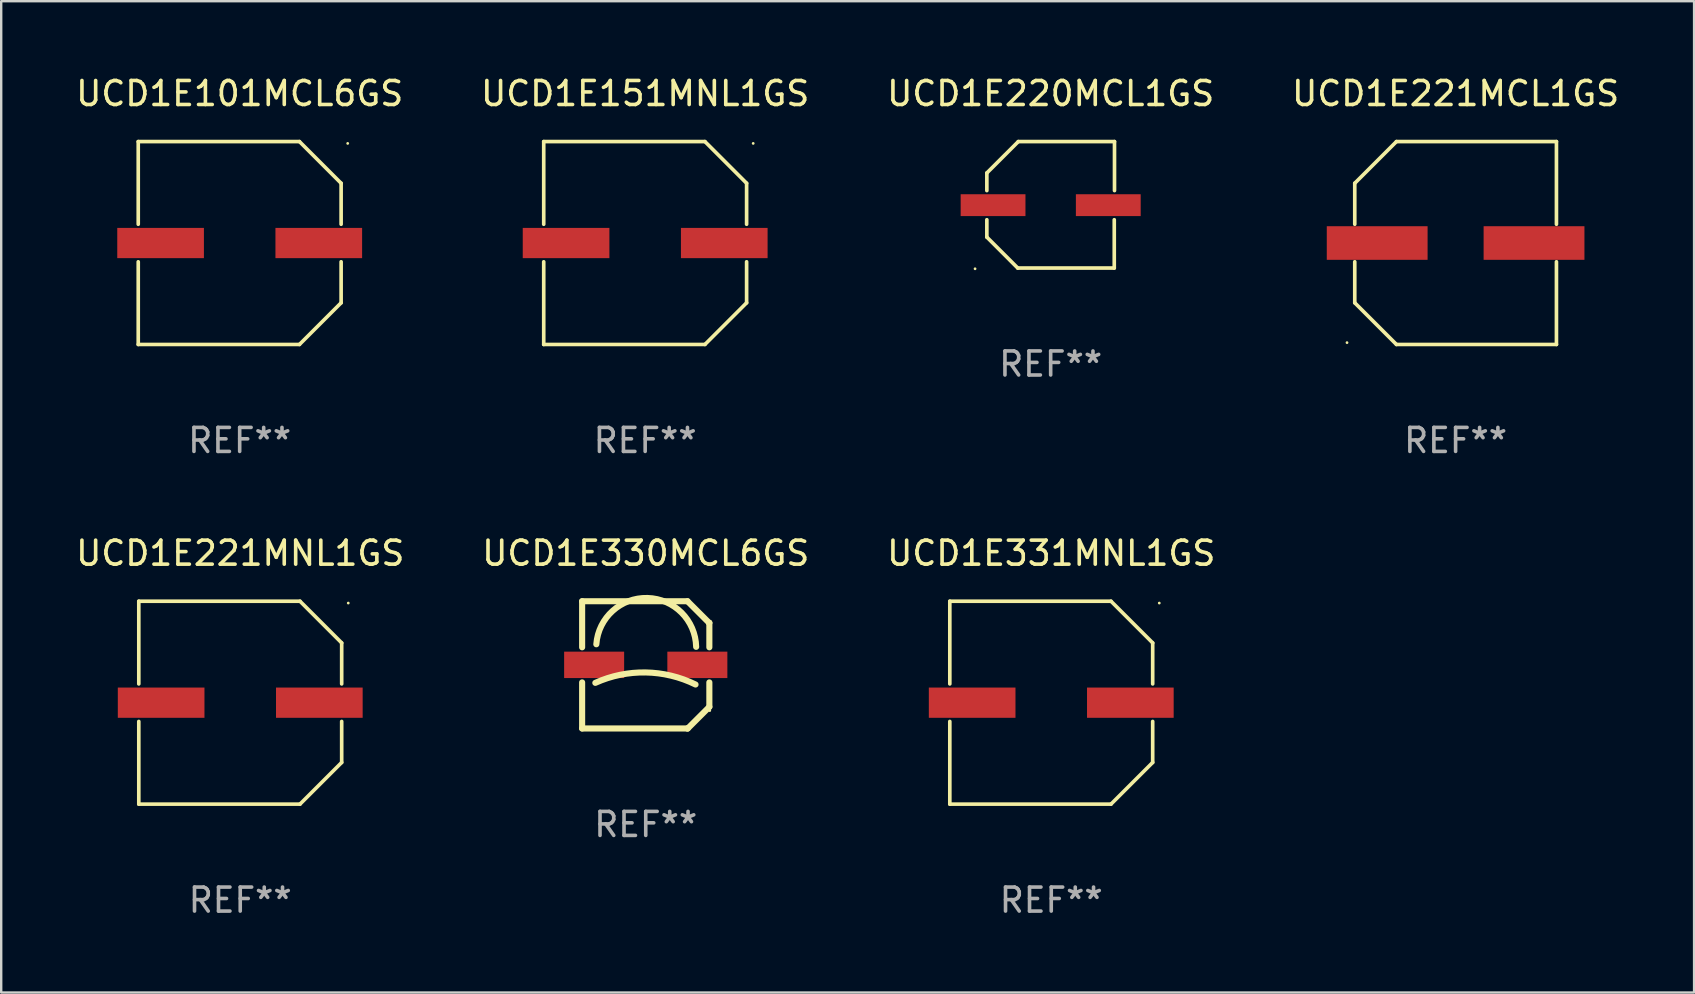
<source format=kicad_pcb>
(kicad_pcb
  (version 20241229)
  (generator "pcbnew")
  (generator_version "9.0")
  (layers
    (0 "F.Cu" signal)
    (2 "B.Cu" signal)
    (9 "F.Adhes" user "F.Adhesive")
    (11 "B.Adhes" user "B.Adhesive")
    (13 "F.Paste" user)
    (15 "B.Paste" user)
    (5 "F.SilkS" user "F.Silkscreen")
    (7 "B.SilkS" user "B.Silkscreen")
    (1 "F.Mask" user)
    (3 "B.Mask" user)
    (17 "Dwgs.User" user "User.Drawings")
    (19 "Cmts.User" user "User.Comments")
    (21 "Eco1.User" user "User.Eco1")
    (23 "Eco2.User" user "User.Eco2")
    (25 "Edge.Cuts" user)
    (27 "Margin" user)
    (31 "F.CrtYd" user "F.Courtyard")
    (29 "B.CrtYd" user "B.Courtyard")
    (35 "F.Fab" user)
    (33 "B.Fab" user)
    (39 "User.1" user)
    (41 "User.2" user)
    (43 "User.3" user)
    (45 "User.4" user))
  (footprint "UCD1E101MCL6GS"
    (layer "F.Cu")
    (at 6.935 7.074)
    (property "Reference" "UCD1E101MCL6GS" (at 0 -6.226 0) (layer "F.SilkS") (effects (font (size 1 1) (thickness 0.15))))
    (attr through_hole)
    (fp_line (start -4.226 -4.226) (end 2.49 -4.226) (stroke (width 0.152) (type solid)) (layer "F.SilkS"))
    (fp_line (start -4.226 -0.782) (end -4.226 -4.226) (stroke (width 0.152) (type solid)) (layer "F.SilkS"))
    (fp_line (start -4.226 0.782) (end -4.226 4.226) (stroke (width 0.152) (type solid)) (layer "F.SilkS"))
    (fp_line (start -4.226 4.226) (end 2.49 4.226) (stroke (width 0.152) (type solid)) (layer "F.SilkS"))
    (fp_line (start 2.49 -4.226) (end 4.226 -2.49) (stroke (width 0.152) (type solid)) (layer "F.SilkS"))
    (fp_line (start 2.49 4.226) (end 4.226 2.49) (stroke (width 0.152) (type solid)) (layer "F.SilkS"))
    (fp_line (start 4.226 -2.49) (end 4.226 -0.782) (stroke (width 0.152) (type solid)) (layer "F.SilkS"))
    (fp_line (start 4.226 2.49) (end 4.226 0.782) (stroke (width 0.152) (type solid)) (layer "F.SilkS"))
    (fp_circle (center 4.5 -4.15) (end 4.53 -4.15) (stroke (width 0.06) (type solid)) (fill no) (layer "F.SilkS"))
    (fp_text user "REF**" (at 0 8.226 0) (layer "F.Fab") (effects (font (size 1 1) (thickness 0.15))))
    (pad "1" smd rect (at 3.295 0 180) (size 3.61 1.26) (layers "F.Cu" "F.Mask" "F.Paste"))
    (pad "2" smd rect (at -3.295 0 180) (size 3.61 1.26) (layers "F.Cu" "F.Mask" "F.Paste")))
  (footprint "UCD1E220MCL1GS"
    (layer "F.Cu")
    (at 40.72 5.482)
    (property "Reference" "UCD1E220MCL1GS" (at 0 -4.634 0) (layer "F.SilkS") (effects (font (size 1 1) (thickness 0.15))))
    (attr through_hole)
    (fp_line (start -2.659 -1.326) (end -2.659 -0.592) (stroke (width 0.152) (type solid)) (layer "F.SilkS"))
    (fp_line (start -2.659 1.346) (end -2.659 0.622) (stroke (width 0.152) (type solid)) (layer "F.SilkS"))
    (fp_line (start -1.372 2.634) (end -2.659 1.346) (stroke (width 0.152) (type solid)) (layer "F.SilkS"))
    (fp_line (start -1.349 -2.634) (end -2.659 -1.326) (stroke (width 0.152) (type solid)) (layer "F.SilkS"))
    (fp_line (start 2.649 0.622) (end 2.649 2.634) (stroke (width 0.152) (type solid)) (layer "F.SilkS"))
    (fp_line (start 2.649 2.634) (end -1.372 2.634) (stroke (width 0.152) (type solid)) (layer "F.SilkS"))
    (fp_line (start 2.659 -2.634) (end -1.349 -2.634) (stroke (width 0.152) (type solid)) (layer "F.SilkS"))
    (fp_line (start 2.659 -0.592) (end 2.659 -2.634) (stroke (width 0.152) (type solid)) (layer "F.SilkS"))
    (fp_circle (center -3.15 2.665) (end -3.12 2.665) (stroke (width 0.06) (type solid)) (fill no) (layer "F.SilkS"))
    (fp_text user "REF**" (at 0 6.634 0) (layer "F.Fab") (effects (font (size 1 1) (thickness 0.15))))
    (pad "1" smd rect (at -2.4 0.015) (size 2.7 0.91) (layers "F.Cu" "F.Mask" "F.Paste"))
    (pad "2" smd rect (at 2.4 0.015) (size 2.7 0.91) (layers "F.Cu" "F.Mask" "F.Paste")))
  (footprint "UCD1E151MNL1GS"
    (layer "F.Cu")
    (at 23.827 7.074)
    (property "Reference" "UCD1E151MNL1GS" (at 0 -6.226 0) (layer "F.SilkS") (effects (font (size 1 1) (thickness 0.15))))
    (attr through_hole)
    (fp_line (start -4.226 -4.226) (end 2.49 -4.226) (stroke (width 0.152) (type solid)) (layer "F.SilkS"))
    (fp_line (start -4.226 -0.782) (end -4.226 -4.226) (stroke (width 0.152) (type solid)) (layer "F.SilkS"))
    (fp_line (start -4.226 0.782) (end -4.226 4.226) (stroke (width 0.152) (type solid)) (layer "F.SilkS"))
    (fp_line (start -4.226 4.226) (end 2.49 4.226) (stroke (width 0.152) (type solid)) (layer "F.SilkS"))
    (fp_line (start 2.49 -4.226) (end 4.226 -2.49) (stroke (width 0.152) (type solid)) (layer "F.SilkS"))
    (fp_line (start 2.49 4.226) (end 4.226 2.49) (stroke (width 0.152) (type solid)) (layer "F.SilkS"))
    (fp_line (start 4.226 -2.49) (end 4.226 -0.782) (stroke (width 0.152) (type solid)) (layer "F.SilkS"))
    (fp_line (start 4.226 2.49) (end 4.226 0.782) (stroke (width 0.152) (type solid)) (layer "F.SilkS"))
    (fp_circle (center 4.5 -4.15) (end 4.53 -4.15) (stroke (width 0.06) (type solid)) (fill no) (layer "F.SilkS"))
    (fp_text user "REF**" (at 0 8.226 0) (layer "F.Fab") (effects (font (size 1 1) (thickness 0.15))))
    (pad "1" smd rect (at 3.295 0 180) (size 3.61 1.26) (layers "F.Cu" "F.Mask" "F.Paste"))
    (pad "2" smd rect (at -3.295 0 180) (size 3.61 1.26) (layers "F.Cu" "F.Mask" "F.Paste")))
  (footprint "UCD1E221MCL1GS"
    (layer "F.Cu")
    (at 57.589 7.074)
    (property "Reference" "UCD1E221MCL1GS" (at 0 -6.226 0) (layer "F.SilkS") (effects (font (size 1 1) (thickness 0.15))))
    (attr through_hole)
    (fp_line (start -4.201 -2.49) (end -4.201 -0.782) (stroke (width 0.152) (type solid)) (layer "F.SilkS"))
    (fp_line (start -4.201 2.49) (end -4.201 0.782) (stroke (width 0.152) (type solid)) (layer "F.SilkS"))
    (fp_line (start -2.465 -4.226) (end -4.201 -2.49) (stroke (width 0.152) (type solid)) (layer "F.SilkS"))
    (fp_line (start -2.465 4.226) (end -4.201 2.49) (stroke (width 0.152) (type solid)) (layer "F.SilkS"))
    (fp_line (start 4.201 -4.226) (end -2.465 -4.226) (stroke (width 0.152) (type solid)) (layer "F.SilkS"))
    (fp_line (start 4.201 -0.782) (end 4.201 -4.226) (stroke (width 0.152) (type solid)) (layer "F.SilkS"))
    (fp_line (start 4.201 0.782) (end 4.201 4.226) (stroke (width 0.152) (type solid)) (layer "F.SilkS"))
    (fp_line (start 4.201 4.226) (end -2.465 4.226) (stroke (width 0.152) (type solid)) (layer "F.SilkS"))
    (fp_circle (center -4.524 4.15) (end -4.494 4.15) (stroke (width 0.06) (type solid)) (fill no) (layer "F.SilkS"))
    (fp_text user "REF**" (at 0 8.226 0) (layer "F.Fab") (effects (font (size 1 1) (thickness 0.15))))
    (pad "1" smd rect (at -3.267 0) (size 4.2 1.4) (layers "F.Cu" "F.Mask" "F.Paste"))
    (pad "2" smd rect (at 3.267 0) (size 4.2 1.4) (layers "F.Cu" "F.Mask" "F.Paste")))
  (footprint "UCD1E221MNL1GS"
    (layer "F.Cu")
    (at 6.958 26.223)
    (property "Reference" "UCD1E221MNL1GS" (at 0 -6.226 0) (layer "F.SilkS") (effects (font (size 1 1) (thickness 0.15))))
    (attr through_hole)
    (fp_line (start -4.226 -4.226) (end 2.49 -4.226) (stroke (width 0.152) (type solid)) (layer "F.SilkS"))
    (fp_line (start -4.226 -0.782) (end -4.226 -4.226) (stroke (width 0.152) (type solid)) (layer "F.SilkS"))
    (fp_line (start -4.226 0.782) (end -4.226 4.226) (stroke (width 0.152) (type solid)) (layer "F.SilkS"))
    (fp_line (start -4.226 4.226) (end 2.49 4.226) (stroke (width 0.152) (type solid)) (layer "F.SilkS"))
    (fp_line (start 2.49 -4.226) (end 4.226 -2.49) (stroke (width 0.152) (type solid)) (layer "F.SilkS"))
    (fp_line (start 2.49 4.226) (end 4.226 2.49) (stroke (width 0.152) (type solid)) (layer "F.SilkS"))
    (fp_line (start 4.226 -2.49) (end 4.226 -0.782) (stroke (width 0.152) (type solid)) (layer "F.SilkS"))
    (fp_line (start 4.226 2.49) (end 4.226 0.782) (stroke (width 0.152) (type solid)) (layer "F.SilkS"))
    (fp_circle (center 4.5 -4.15) (end 4.53 -4.15) (stroke (width 0.06) (type solid)) (fill no) (layer "F.SilkS"))
    (fp_text user "REF**" (at 0 8.226 0) (layer "F.Fab") (effects (font (size 1 1) (thickness 0.15))))
    (pad "1" smd rect (at 3.295 0 180) (size 3.61 1.26) (layers "F.Cu" "F.Mask" "F.Paste"))
    (pad "2" smd rect (at -3.295 0 180) (size 3.61 1.26) (layers "F.Cu" "F.Mask" "F.Paste")))
  (footprint "UCD1E331MNL1GS"
    (layer "F.Cu")
    (at 40.744 26.223)
    (property "Reference" "UCD1E331MNL1GS" (at 0 -6.226 0) (layer "F.SilkS") (effects (font (size 1 1) (thickness 0.15))))
    (attr through_hole)
    (fp_line (start -4.226 -4.226) (end 2.49 -4.226) (stroke (width 0.152) (type solid)) (layer "F.SilkS"))
    (fp_line (start -4.226 -0.782) (end -4.226 -4.226) (stroke (width 0.152) (type solid)) (layer "F.SilkS"))
    (fp_line (start -4.226 0.782) (end -4.226 4.226) (stroke (width 0.152) (type solid)) (layer "F.SilkS"))
    (fp_line (start -4.226 4.226) (end 2.49 4.226) (stroke (width 0.152) (type solid)) (layer "F.SilkS"))
    (fp_line (start 2.49 -4.226) (end 4.226 -2.49) (stroke (width 0.152) (type solid)) (layer "F.SilkS"))
    (fp_line (start 2.49 4.226) (end 4.226 2.49) (stroke (width 0.152) (type solid)) (layer "F.SilkS"))
    (fp_line (start 4.226 -2.49) (end 4.226 -0.782) (stroke (width 0.152) (type solid)) (layer "F.SilkS"))
    (fp_line (start 4.226 2.49) (end 4.226 0.782) (stroke (width 0.152) (type solid)) (layer "F.SilkS"))
    (fp_circle (center 4.5 -4.15) (end 4.53 -4.15) (stroke (width 0.06) (type solid)) (fill no) (layer "F.SilkS"))
    (fp_text user "REF**" (at 0 8.226 0) (layer "F.Fab") (effects (font (size 1 1) (thickness 0.15))))
    (pad "1" smd rect (at 3.295 0 180) (size 3.61 1.26) (layers "F.Cu" "F.Mask" "F.Paste"))
    (pad "2" smd rect (at -3.295 0 180) (size 3.61 1.26) (layers "F.Cu" "F.Mask" "F.Paste")))
  (footprint "UCD1E330MCL6GS"
    (layer "F.Cu")
    (at 23.851 24.647)
    (property "Reference" "UCD1E330MCL6GS" (at 0 -4.65 0) (layer "F.SilkS") (effects (font (size 1 1) (thickness 0.15))))
    (attr through_hole)
    (fp_line (start -2.65 -2.65) (end 1.74 -2.65) (stroke (width 0.254) (type solid)) (layer "F.SilkS"))
    (fp_line (start -2.65 -0.731) (end -2.65 -2.65) (stroke (width 0.254) (type solid)) (layer "F.SilkS"))
    (fp_line (start -2.65 2.65) (end -2.65 0.731) (stroke (width 0.254) (type solid)) (layer "F.SilkS"))
    (fp_line (start -2.65 2.65) (end 1.73 2.65) (stroke (width 0.254) (type solid)) (layer "F.SilkS"))
    (fp_line (start 1.73 2.65) (end 1.75 2.65) (stroke (width 0.254) (type solid)) (layer "F.SilkS"))
    (fp_line (start 1.75 2.65) (end 2.65 1.75) (stroke (width 0.254) (type solid)) (layer "F.SilkS"))
    (fp_line (start 2.64 -1.75) (end 1.74 -2.65) (stroke (width 0.254) (type solid)) (layer "F.SilkS"))
    (fp_line (start 2.65 -1.75) (end 2.64 -1.75) (stroke (width 0.254) (type solid)) (layer "F.SilkS"))
    (fp_line (start 2.65 -0.731) (end 2.65 -1.75) (stroke (width 0.254) (type solid)) (layer "F.SilkS"))
    (fp_line (start 2.65 1.75) (end 2.65 0.731) (stroke (width 0.254) (type solid)) (layer "F.SilkS"))
    (fp_arc (start -2.1 0.749886) (mid -0.005214 0.316693) (end 2.074168 0.818644) (stroke (width 0.254001) (type solid)) (layer "F.SilkS"))
    (fp_arc (start -2.058369 -0.857759) (mid 0.072137 -2.78601) (end 2.1 -0.750089) (stroke (width 0.254001) (type solid)) (layer "F.SilkS"))
    (fp_circle (center 2.667 1.905) (end 2.697 1.905) (stroke (width 0.06) (type solid)) (fill no) (layer "F.SilkS"))
    (fp_text user "REF**" (at 0 6.65 0) (layer "F.Fab") (effects (font (size 1 1) (thickness 0.15))))
    (pad "1" smd rect (at 2.15 0) (size 2.5 1.1) (layers "F.Cu" "F.Mask" "F.Paste"))
    (pad "2" smd rect (at -2.15 0) (size 2.5 1.1) (layers "F.Cu" "F.Mask" "F.Paste")))
  (gr_rect
    (start -3 -3)
    (end 67.524 38.298)
    (stroke (width 0.1) (type default))
    (fill no)
    (layer "Edge.Cuts")))
</source>
